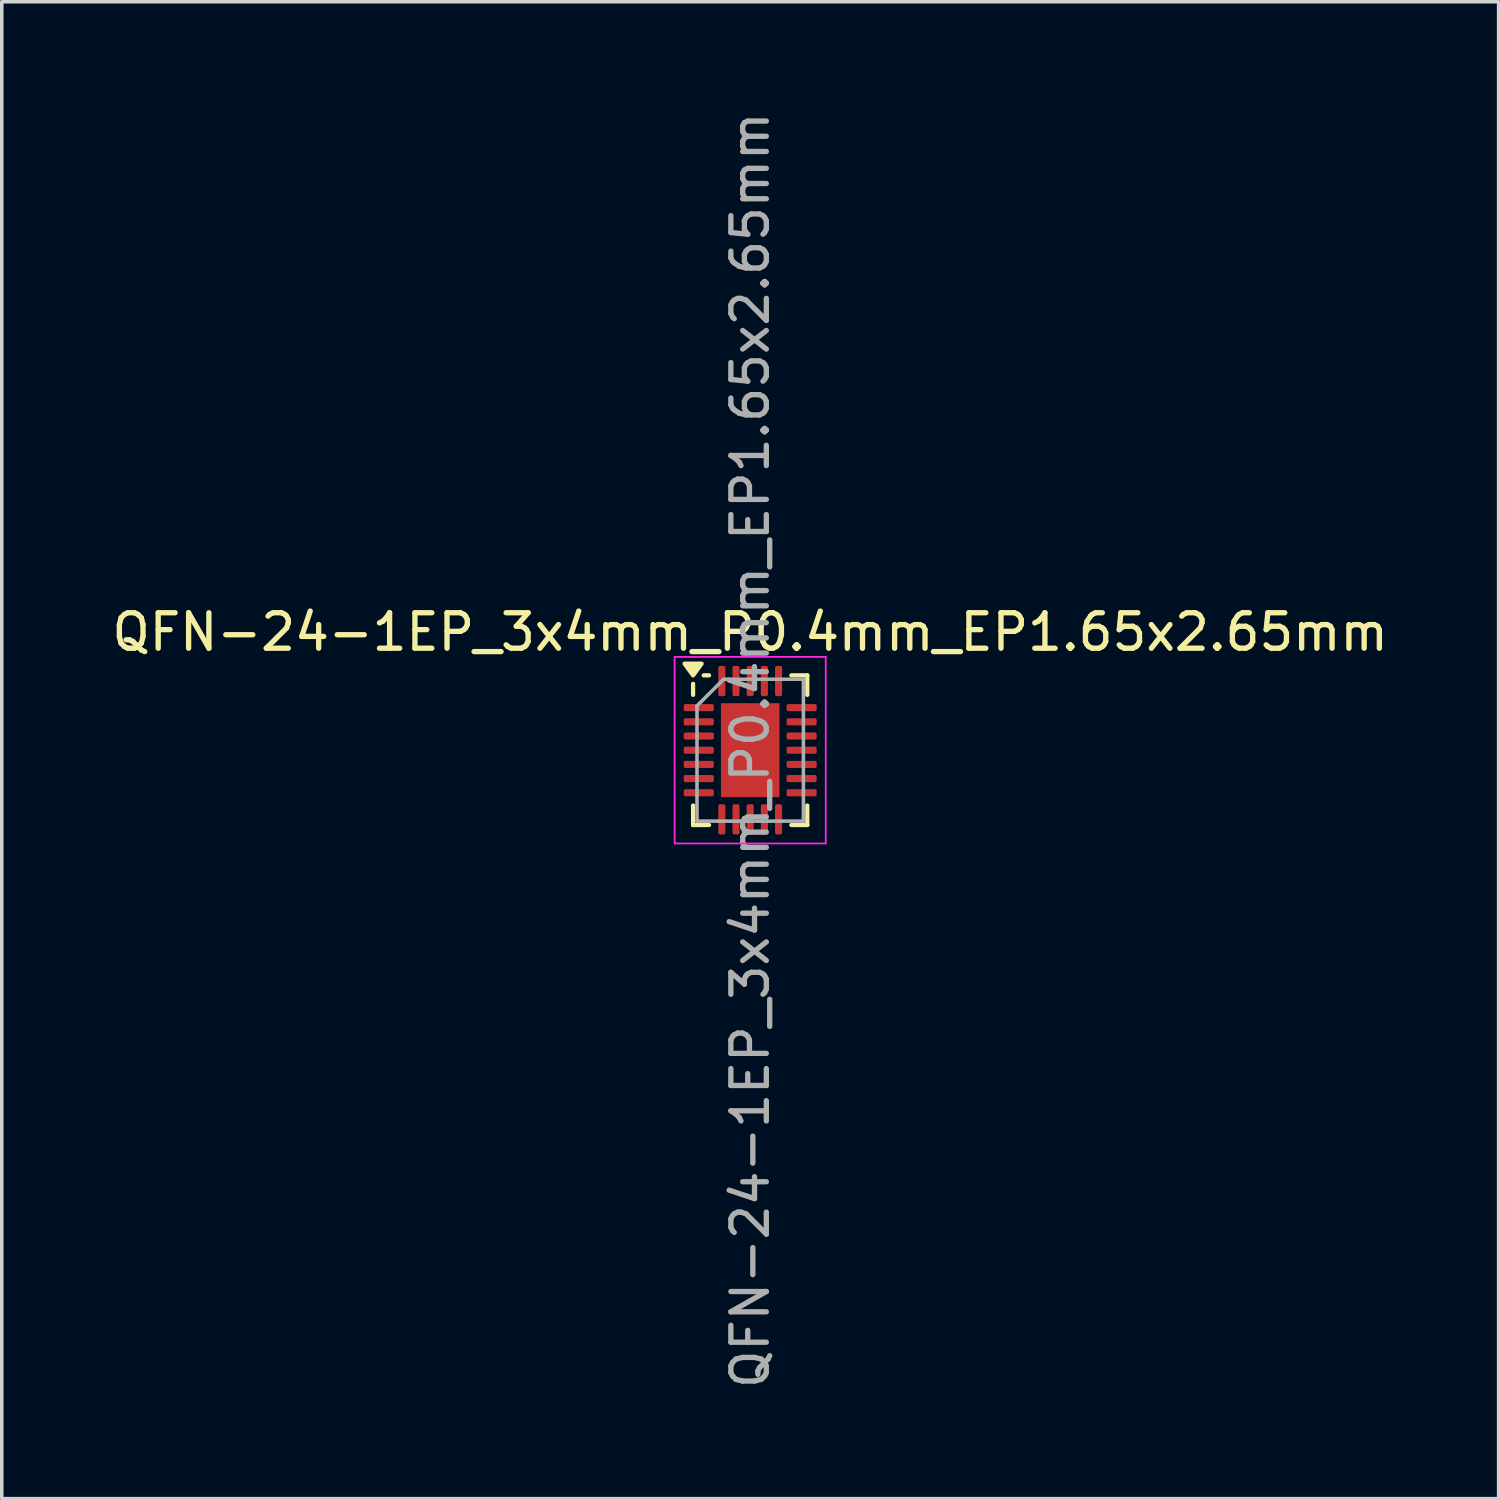
<source format=kicad_pcb>
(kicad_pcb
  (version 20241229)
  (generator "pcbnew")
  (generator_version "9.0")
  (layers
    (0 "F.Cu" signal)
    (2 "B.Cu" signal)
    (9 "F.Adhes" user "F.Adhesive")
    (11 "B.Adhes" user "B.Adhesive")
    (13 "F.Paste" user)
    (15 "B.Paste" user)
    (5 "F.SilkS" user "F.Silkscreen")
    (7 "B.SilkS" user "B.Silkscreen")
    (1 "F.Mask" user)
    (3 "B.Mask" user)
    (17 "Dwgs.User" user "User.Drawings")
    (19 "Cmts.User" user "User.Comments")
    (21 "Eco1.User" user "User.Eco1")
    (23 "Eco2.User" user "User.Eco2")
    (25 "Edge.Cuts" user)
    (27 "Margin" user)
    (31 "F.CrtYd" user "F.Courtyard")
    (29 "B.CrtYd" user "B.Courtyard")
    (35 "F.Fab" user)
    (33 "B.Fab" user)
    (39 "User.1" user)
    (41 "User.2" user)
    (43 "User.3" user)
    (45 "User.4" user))
  (footprint "QFN-24-1EP_3x4mm_P0.4mm_EP1.65x2.65mm"
    (layer "F.Cu")
    (at 18.101 18.101)
    (property "Reference" "QFN-24-1EP_3x4mm_P0.4mm_EP1.65x2.65mm" (at 0 -3.33 0) (layer "F.SilkS") (effects (font (size 1 1) (thickness 0.15))))
    (attr smd)
    (fp_line (start -1.61 -1.56) (end -1.61 -1.87) (stroke (width 0.12) (type solid)) (layer "F.SilkS"))
    (fp_line (start -1.61 2.11) (end -1.61 1.56) (stroke (width 0.12) (type solid)) (layer "F.SilkS"))
    (fp_line (start -1.16 -2.11) (end -1.31 -2.11) (stroke (width 0.12) (type solid)) (layer "F.SilkS"))
    (fp_line (start -1.16 2.11) (end -1.61 2.11) (stroke (width 0.12) (type solid)) (layer "F.SilkS"))
    (fp_line (start 1.16 -2.11) (end 1.61 -2.11) (stroke (width 0.12) (type solid)) (layer "F.SilkS"))
    (fp_line (start 1.16 2.11) (end 1.61 2.11) (stroke (width 0.12) (type solid)) (layer "F.SilkS"))
    (fp_line (start 1.61 -2.11) (end 1.61 -1.56) (stroke (width 0.12) (type solid)) (layer "F.SilkS"))
    (fp_line (start 1.61 2.11) (end 1.61 1.56) (stroke (width 0.12) (type solid)) (layer "F.SilkS"))
    (fp_poly (pts (xy -1.61 -2.11) (xy -1.85 -2.44) (xy -1.37 -2.44) (xy -1.61 -2.11)) (stroke (width 0.12) (type solid)) (fill yes) (layer "F.SilkS"))
    (fp_line (start -2.13 -2.63) (end -2.13 2.63) (stroke (width 0.05) (type solid)) (layer "F.CrtYd"))
    (fp_line (start -2.13 2.63) (end 2.13 2.63) (stroke (width 0.05) (type solid)) (layer "F.CrtYd"))
    (fp_line (start 2.13 -2.63) (end -2.13 -2.63) (stroke (width 0.05) (type solid)) (layer "F.CrtYd"))
    (fp_line (start 2.13 2.63) (end 2.13 -2.63) (stroke (width 0.05) (type solid)) (layer "F.CrtYd"))
    (fp_line (start -1.5 -1.25) (end -0.75 -2) (stroke (width 0.1) (type solid)) (layer "F.Fab"))
    (fp_line (start -1.5 2) (end -1.5 -1.25) (stroke (width 0.1) (type solid)) (layer "F.Fab"))
    (fp_line (start -0.75 -2) (end 1.5 -2) (stroke (width 0.1) (type solid)) (layer "F.Fab"))
    (fp_line (start 1.5 -2) (end 1.5 2) (stroke (width 0.1) (type solid)) (layer "F.Fab"))
    (fp_line (start 1.5 2) (end -1.5 2) (stroke (width 0.1) (type solid)) (layer "F.Fab"))
    (fp_text user "${REFERENCE}" (at 0 0 90) (layer "F.Fab") (effects (font (size 1 1) (thickness 0.15))))
    (pad "" smd roundrect (at -0.41 -0.88) (size 0.67 0.71) (layers "F.Paste") (roundrect_rratio 0.25))
    (pad "" smd roundrect (at -0.41 0) (size 0.67 0.71) (layers "F.Paste") (roundrect_rratio 0.25))
    (pad "" smd roundrect (at -0.41 0.88) (size 0.67 0.71) (layers "F.Paste") (roundrect_rratio 0.25))
    (pad "" smd roundrect (at 0.41 -0.88) (size 0.67 0.71) (layers "F.Paste") (roundrect_rratio 0.25))
    (pad "" smd roundrect (at 0.41 0) (size 0.67 0.71) (layers "F.Paste") (roundrect_rratio 0.25))
    (pad "" smd roundrect (at 0.41 0.88) (size 0.67 0.71) (layers "F.Paste") (roundrect_rratio 0.25))
    (pad "1" smd roundrect (at -1.45 -1.2) (size 0.85 0.2) (layers "F.Cu" "F.Mask" "F.Paste") (roundrect_rratio 0.25))
    (pad "2" smd roundrect (at -1.45 -0.8) (size 0.85 0.2) (layers "F.Cu" "F.Mask" "F.Paste") (roundrect_rratio 0.25))
    (pad "3" smd roundrect (at -1.45 -0.4) (size 0.85 0.2) (layers "F.Cu" "F.Mask" "F.Paste") (roundrect_rratio 0.25))
    (pad "4" smd roundrect (at -1.45 0) (size 0.85 0.2) (layers "F.Cu" "F.Mask" "F.Paste") (roundrect_rratio 0.25))
    (pad "5" smd roundrect (at -1.45 0.4) (size 0.85 0.2) (layers "F.Cu" "F.Mask" "F.Paste") (roundrect_rratio 0.25))
    (pad "6" smd roundrect (at -1.45 0.8) (size 0.85 0.2) (layers "F.Cu" "F.Mask" "F.Paste") (roundrect_rratio 0.25))
    (pad "7" smd roundrect (at -1.45 1.2) (size 0.85 0.2) (layers "F.Cu" "F.Mask" "F.Paste") (roundrect_rratio 0.25))
    (pad "8" smd roundrect (at -0.8 1.95) (size 0.2 0.85) (layers "F.Cu" "F.Mask" "F.Paste") (roundrect_rratio 0.25))
    (pad "9" smd roundrect (at -0.4 1.95) (size 0.2 0.85) (layers "F.Cu" "F.Mask" "F.Paste") (roundrect_rratio 0.25))
    (pad "10" smd roundrect (at 0 1.95) (size 0.2 0.85) (layers "F.Cu" "F.Mask" "F.Paste") (roundrect_rratio 0.25))
    (pad "11" smd roundrect (at 0.4 1.95) (size 0.2 0.85) (layers "F.Cu" "F.Mask" "F.Paste") (roundrect_rratio 0.25))
    (pad "12" smd roundrect (at 0.8 1.95) (size 0.2 0.85) (layers "F.Cu" "F.Mask" "F.Paste") (roundrect_rratio 0.25))
    (pad "13" smd roundrect (at 1.45 1.2) (size 0.85 0.2) (layers "F.Cu" "F.Mask" "F.Paste") (roundrect_rratio 0.25))
    (pad "14" smd roundrect (at 1.45 0.8) (size 0.85 0.2) (layers "F.Cu" "F.Mask" "F.Paste") (roundrect_rratio 0.25))
    (pad "15" smd roundrect (at 1.45 0.4) (size 0.85 0.2) (layers "F.Cu" "F.Mask" "F.Paste") (roundrect_rratio 0.25))
    (pad "16" smd roundrect (at 1.45 0) (size 0.85 0.2) (layers "F.Cu" "F.Mask" "F.Paste") (roundrect_rratio 0.25))
    (pad "17" smd roundrect (at 1.45 -0.4) (size 0.85 0.2) (layers "F.Cu" "F.Mask" "F.Paste") (roundrect_rratio 0.25))
    (pad "18" smd roundrect (at 1.45 -0.8) (size 0.85 0.2) (layers "F.Cu" "F.Mask" "F.Paste") (roundrect_rratio 0.25))
    (pad "19" smd roundrect (at 1.45 -1.2) (size 0.85 0.2) (layers "F.Cu" "F.Mask" "F.Paste") (roundrect_rratio 0.25))
    (pad "20" smd roundrect (at 0.8 -1.95) (size 0.2 0.85) (layers "F.Cu" "F.Mask" "F.Paste") (roundrect_rratio 0.25))
    (pad "21" smd roundrect (at 0.4 -1.95) (size 0.2 0.85) (layers "F.Cu" "F.Mask" "F.Paste") (roundrect_rratio 0.25))
    (pad "22" smd roundrect (at 0 -1.95) (size 0.2 0.85) (layers "F.Cu" "F.Mask" "F.Paste") (roundrect_rratio 0.25))
    (pad "23" smd roundrect (at -0.4 -1.95) (size 0.2 0.85) (layers "F.Cu" "F.Mask" "F.Paste") (roundrect_rratio 0.25))
    (pad "24" smd roundrect (at -0.8 -1.95) (size 0.2 0.85) (layers "F.Cu" "F.Mask" "F.Paste") (roundrect_rratio 0.25))
    (pad "25" smd rect (at 0 0) (size 1.65 2.65) (property pad_prop_heatsink) (layers "F.Cu" "F.Mask")))
  (gr_rect
    (start -3 -3)
    (end 39.202 39.202)
    (stroke (width 0.1) (type default))
    (fill no)
    (layer "Edge.Cuts")))
</source>
